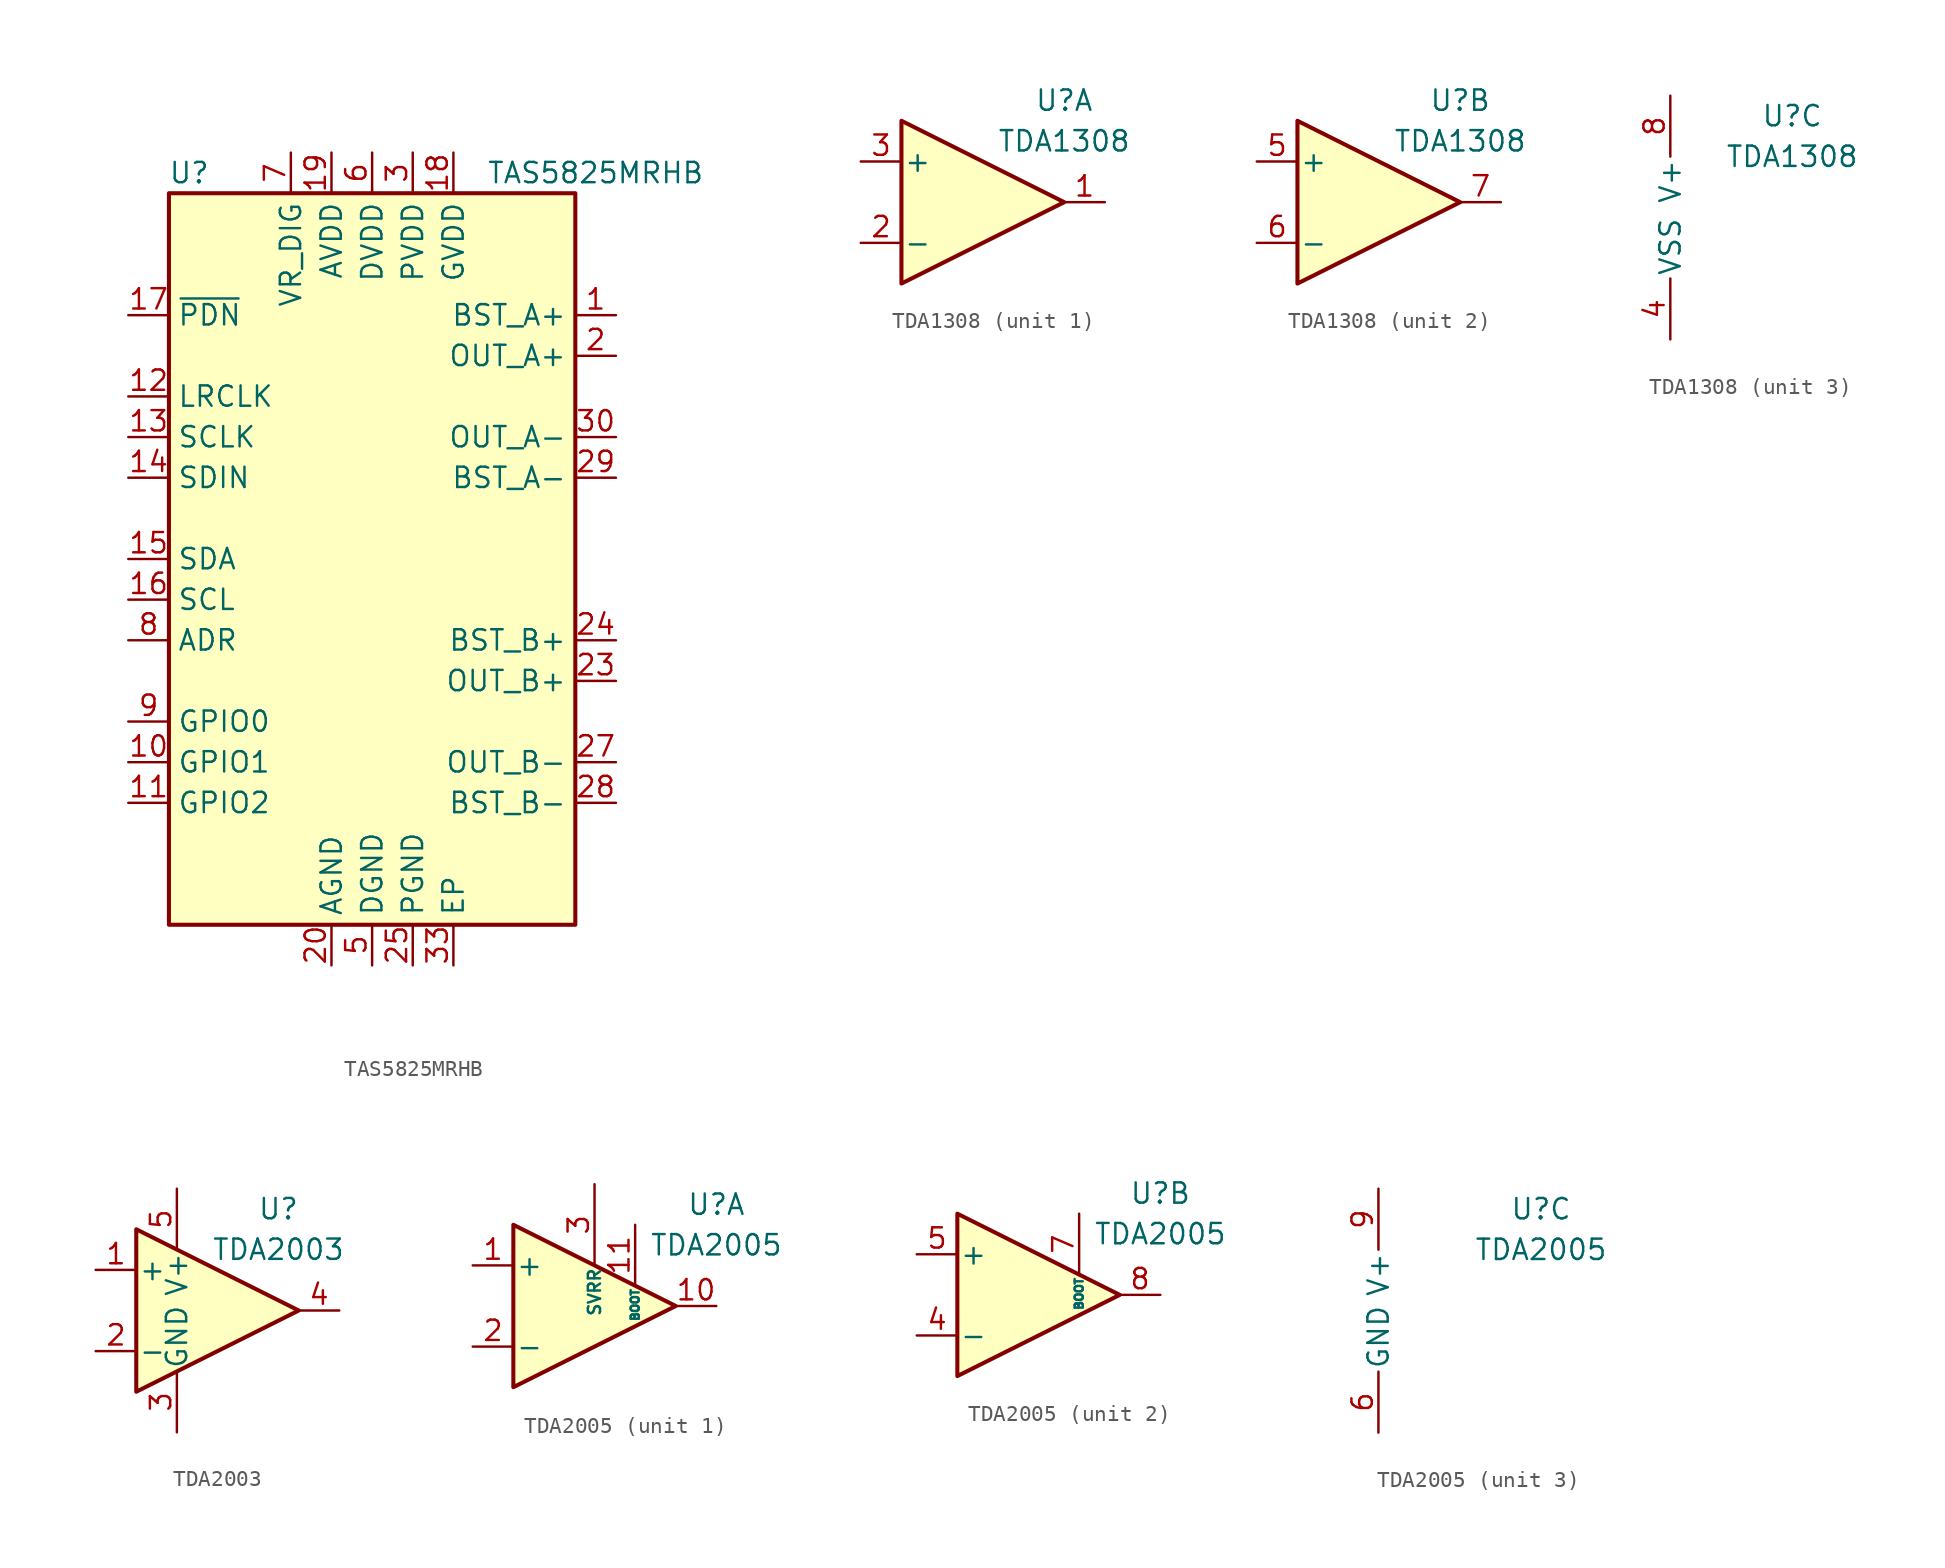
<source format=kicad_sym>
(kicad_symbol_lib
  (version 20211014)
  (generator kicad_symbol_editor)
  (symbol "TAS5825MRHB"
    (property "Reference" "U"
      (at -11.43 24.13 0)
      (effects (font (size 1.27 1.27))))
    (property "Value" "TAS5825MRHB"
      (at 13.97 24.13 0)
      (effects (font (size 1.27 1.27))))
    (symbol "TAS5825MRHB_0_1"
      (rectangle (start -12.7 22.86) (end 12.7 -22.86) (stroke (width 0.254) (type default) (color 0 0 0 0)) (fill (type background))))
    (symbol "TAS5825MRHB_1_1"
      (pin passive line (at 15.24 15.24 180) (length 2.54) (name "BST_A+" (effects (font (size 1.27 1.27)))) (number "1" (effects (font (size 1.27 1.27)))))
      (pin bidirectional line (at -15.24 -12.7 0) (length 2.54) (name "GPIO1" (effects (font (size 1.27 1.27)))) (number "10" (effects (font (size 1.27 1.27)))))
      (pin bidirectional line (at -15.24 -15.24 0) (length 2.54) (name "GPIO2" (effects (font (size 1.27 1.27)))) (number "11" (effects (font (size 1.27 1.27)))))
      (pin input line (at -15.24 10.16 0) (length 2.54) (name "LRCLK" (effects (font (size 1.27 1.27)))) (number "12" (effects (font (size 1.27 1.27)))))
      (pin input line (at -15.24 7.62 0) (length 2.54) (name "SCLK" (effects (font (size 1.27 1.27)))) (number "13" (effects (font (size 1.27 1.27)))))
      (pin input line (at -15.24 5.08 0) (length 2.54) (name "SDIN" (effects (font (size 1.27 1.27)))) (number "14" (effects (font (size 1.27 1.27)))))
      (pin bidirectional line (at -15.24 0 0) (length 2.54) (name "SDA" (effects (font (size 1.27 1.27)))) (number "15" (effects (font (size 1.27 1.27)))))
      (pin input line (at -15.24 -2.54 0) (length 2.54) (name "SCL" (effects (font (size 1.27 1.27)))) (number "16" (effects (font (size 1.27 1.27)))))
      (pin input line (at -15.24 15.24 0) (length 2.54) (name "~{PDN}" (effects (font (size 1.27 1.27)))) (number "17" (effects (font (size 1.27 1.27)))))
      (pin passive line (at 5.08 25.4 270) (length 2.54) (name "GVDD" (effects (font (size 1.27 1.27)))) (number "18" (effects (font (size 1.27 1.27)))))
      (pin passive line (at -2.54 25.4 270) (length 2.54) (name "AVDD" (effects (font (size 1.27 1.27)))) (number "19" (effects (font (size 1.27 1.27)))))
      (pin output line (at 15.24 12.7 180) (length 2.54) (name "OUT_A+" (effects (font (size 1.27 1.27)))) (number "2" (effects (font (size 1.27 1.27)))))
      (pin power_in line (at -2.54 -25.4 90) (length 2.54) (name "AGND" (effects (font (size 1.27 1.27)))) (number "20" (effects (font (size 1.27 1.27)))))
      (pin passive line (at 2.54 25.4 270) (length 2.54) hide (name "PVDD" (effects (font (size 1.27 1.27)))) (number "21" (effects (font (size 1.27 1.27)))))
      (pin passive line (at 2.54 25.4 270) (length 2.54) hide (name "PVDD" (effects (font (size 1.27 1.27)))) (number "22" (effects (font (size 1.27 1.27)))))
      (pin output line (at 15.24 -7.62 180) (length 2.54) (name "OUT_B+" (effects (font (size 1.27 1.27)))) (number "23" (effects (font (size 1.27 1.27)))))
      (pin passive line (at 15.24 -5.08 180) (length 2.54) (name "BST_B+" (effects (font (size 1.27 1.27)))) (number "24" (effects (font (size 1.27 1.27)))))
      (pin power_in line (at 2.54 -25.4 90) (length 2.54) (name "PGND" (effects (font (size 1.27 1.27)))) (number "25" (effects (font (size 1.27 1.27)))))
      (pin passive line (at 2.54 -25.4 90) (length 2.54) hide (name "PGND" (effects (font (size 1.27 1.27)))) (number "26" (effects (font (size 1.27 1.27)))))
      (pin output line (at 15.24 -12.7 180) (length 2.54) (name "OUT_B-" (effects (font (size 1.27 1.27)))) (number "27" (effects (font (size 1.27 1.27)))))
      (pin passive line (at 15.24 -15.24 180) (length 2.54) (name "BST_B-" (effects (font (size 1.27 1.27)))) (number "28" (effects (font (size 1.27 1.27)))))
      (pin passive line (at 15.24 5.08 180) (length 2.54) (name "BST_A-" (effects (font (size 1.27 1.27)))) (number "29" (effects (font (size 1.27 1.27)))))
      (pin power_in line (at 2.54 25.4 270) (length 2.54) (name "PVDD" (effects (font (size 1.27 1.27)))) (number "3" (effects (font (size 1.27 1.27)))))
      (pin output line (at 15.24 7.62 180) (length 2.54) (name "OUT_A-" (effects (font (size 1.27 1.27)))) (number "30" (effects (font (size 1.27 1.27)))))
      (pin passive line (at 2.54 -25.4 90) (length 2.54) hide (name "PGND" (effects (font (size 1.27 1.27)))) (number "31" (effects (font (size 1.27 1.27)))))
      (pin passive line (at 2.54 -25.4 90) (length 2.54) hide (name "PGND" (effects (font (size 1.27 1.27)))) (number "32" (effects (font (size 1.27 1.27)))))
      (pin passive line (at 5.08 -25.4 90) (length 2.54) (name "EP" (effects (font (size 1.27 1.27)))) (number "33" (effects (font (size 1.27 1.27)))))
      (pin passive line (at 2.54 25.4 270) (length 2.54) hide (name "PVDD" (effects (font (size 1.27 1.27)))) (number "4" (effects (font (size 1.27 1.27)))))
      (pin power_in line (at 0 -25.4 90) (length 2.54) (name "DGND" (effects (font (size 1.27 1.27)))) (number "5" (effects (font (size 1.27 1.27)))))
      (pin power_in line (at 0 25.4 270) (length 2.54) (name "DVDD" (effects (font (size 1.27 1.27)))) (number "6" (effects (font (size 1.27 1.27)))))
      (pin passive line (at -5.08 25.4 270) (length 2.54) (name "VR_DIG" (effects (font (size 1.27 1.27)))) (number "7" (effects (font (size 1.27 1.27)))))
      (pin passive line (at -15.24 -5.08 0) (length 2.54) (name "ADR" (effects (font (size 1.27 1.27)))) (number "8" (effects (font (size 1.27 1.27)))))
      (pin bidirectional line (at -15.24 -10.16 0) (length 2.54) (name "GPIO0" (effects (font (size 1.27 1.27)))) (number "9" (effects (font (size 1.27 1.27)))))))
  (symbol "TDA1308"
    (pin_names
      (offset 0.127))
    (property "Reference" "U"
      (at 5.08 6.35 0)
      (effects (font (size 1.27 1.27))))
    (property "Value" "TDA1308"
      (at 5.08 3.81 0)
      (effects (font (size 1.27 1.27))))
    (property "ki_locked" ""
      (at 0 0 0)
      (effects (font (size 1.27 1.27))))
    (symbol "TDA1308_1_1"
      (polyline (pts (xy -5.08 5.08) (xy 5.08 0) (xy -5.08 -5.08) (xy -5.08 5.08)) (stroke (width 0.254) (type default) (color 0 0 0 0)) (fill (type background)))
      (pin output line (at 7.62 0 180) (length 2.54) (name "~" (effects (font (size 1.27 1.27)))) (number "1" (effects (font (size 1.27 1.27)))))
      (pin input line (at -7.62 -2.54 0) (length 2.54) (name "-" (effects (font (size 1.27 1.27)))) (number "2" (effects (font (size 1.27 1.27)))))
      (pin input line (at -7.62 2.54 0) (length 2.54) (name "+" (effects (font (size 1.27 1.27)))) (number "3" (effects (font (size 1.27 1.27))))))
    (symbol "TDA1308_2_1"
      (polyline (pts (xy -5.08 5.08) (xy 5.08 0) (xy -5.08 -5.08) (xy -5.08 5.08)) (stroke (width 0.254) (type default) (color 0 0 0 0)) (fill (type background)))
      (pin input line (at -7.62 2.54 0) (length 2.54) (name "+" (effects (font (size 1.27 1.27)))) (number "5" (effects (font (size 1.27 1.27)))))
      (pin input line (at -7.62 -2.54 0) (length 2.54) (name "-" (effects (font (size 1.27 1.27)))) (number "6" (effects (font (size 1.27 1.27)))))
      (pin output line (at 7.62 0 180) (length 2.54) (name "~" (effects (font (size 1.27 1.27)))) (number "7" (effects (font (size 1.27 1.27))))))
    (symbol "TDA1308_3_1"
      (pin power_in line (at -2.54 -7.62 90) (length 3.81) (name "VSS" (effects (font (size 1.27 1.27)))) (number "4" (effects (font (size 1.27 1.27)))))
      (pin power_in line (at -2.54 7.62 270) (length 3.81) (name "V+" (effects (font (size 1.27 1.27)))) (number "8" (effects (font (size 1.27 1.27)))))))
  (symbol "TDA2003"
    (pin_names
      (offset 0.127))
    (property "Reference" "U"
      (at 3.81 6.35 0)
      (effects (font (size 1.27 1.27))))
    (property "Value" "TDA2003"
      (at 3.81 3.81 0)
      (effects (font (size 1.27 1.27))))
    (symbol "TDA2003_0_1"
      (polyline (pts (xy -5.08 5.08) (xy 5.08 0) (xy -5.08 -5.08) (xy -5.08 5.08)) (stroke (width 0.254) (type default) (color 0 0 0 0)) (fill (type background))))
    (symbol "TDA2003_1_1"
      (pin input line (at -7.62 2.54 0) (length 2.54) (name "+" (effects (font (size 1.27 1.27)))) (number "1" (effects (font (size 1.27 1.27)))))
      (pin input line (at -7.62 -2.54 0) (length 2.54) (name "-" (effects (font (size 1.27 1.27)))) (number "2" (effects (font (size 1.27 1.27)))))
      (pin power_in line (at -2.54 -7.62 90) (length 3.81) (name "GND" (effects (font (size 1.27 1.27)))) (number "3" (effects (font (size 1.27 1.27)))))
      (pin output line (at 7.62 0 180) (length 2.54) (name "~" (effects (font (size 1.27 1.27)))) (number "4" (effects (font (size 1.27 1.27)))))
      (pin power_in line (at -2.54 7.62 270) (length 3.81) (name "V+" (effects (font (size 1.27 1.27)))) (number "5" (effects (font (size 1.27 1.27)))))))
  (symbol "TDA2005"
    (pin_names
      (offset 0.127))
    (property "Reference" "U"
      (at 7.62 6.35 0)
      (effects (font (size 1.27 1.27))))
    (property "Value" "TDA2005"
      (at 7.62 3.81 0)
      (effects (font (size 1.27 1.27))))
    (property "ki_locked" ""
      (at 0 0 0)
      (effects (font (size 1.27 1.27))))
    (symbol "TDA2005_1_1"
      (polyline (pts (xy -5.08 5.08) (xy 5.08 0) (xy -5.08 -5.08) (xy -5.08 5.08)) (stroke (width 0.254) (type default) (color 0 0 0 0)) (fill (type background)))
      (pin input line (at -7.62 2.54 0) (length 2.54) (name "+" (effects (font (size 1.27 1.27)))) (number "1" (effects (font (size 1.27 1.27)))))
      (pin output line (at 7.62 0 180) (length 2.54) (name "~" (effects (font (size 1.27 1.27)))) (number "10" (effects (font (size 1.27 1.27)))))
      (pin passive line (at 2.54 5.08 270) (length 3.81) (name "BOOT" (effects (font (size 0.508 0.508)))) (number "11" (effects (font (size 1.27 1.27)))))
      (pin input line (at -7.62 -2.54 0) (length 2.54) (name "-" (effects (font (size 1.27 1.27)))) (number "2" (effects (font (size 1.27 1.27)))))
      (pin passive line (at 0 7.62 270) (length 5.08) (name "SVRR" (effects (font (size 0.762 0.762)))) (number "3" (effects (font (size 1.27 1.27))))))
    (symbol "TDA2005_2_1"
      (polyline (pts (xy -5.08 5.08) (xy 5.08 0) (xy -5.08 -5.08) (xy -5.08 5.08)) (stroke (width 0.254) (type default) (color 0 0 0 0)) (fill (type background)))
      (pin input line (at -7.62 -2.54 0) (length 2.54) (name "-" (effects (font (size 1.27 1.27)))) (number "4" (effects (font (size 1.27 1.27)))))
      (pin input line (at -7.62 2.54 0) (length 2.54) (name "+" (effects (font (size 1.27 1.27)))) (number "5" (effects (font (size 1.27 1.27)))))
      (pin passive line (at 2.54 5.08 270) (length 3.81) (name "BOOT" (effects (font (size 0.508 0.508)))) (number "7" (effects (font (size 1.27 1.27)))))
      (pin output line (at 7.62 0 180) (length 2.54) (name "~" (effects (font (size 1.27 1.27)))) (number "8" (effects (font (size 1.27 1.27))))))
    (symbol "TDA2005_3_1"
      (pin power_in line (at -2.54 -7.62 90) (length 3.81) (name "GND" (effects (font (size 1.27 1.27)))) (number "6" (effects (font (size 1.27 1.27)))))
      (pin power_in line (at -2.54 7.62 270) (length 3.81) (name "V+" (effects (font (size 1.27 1.27)))) (number "9" (effects (font (size 1.27 1.27))))))))
</source>
